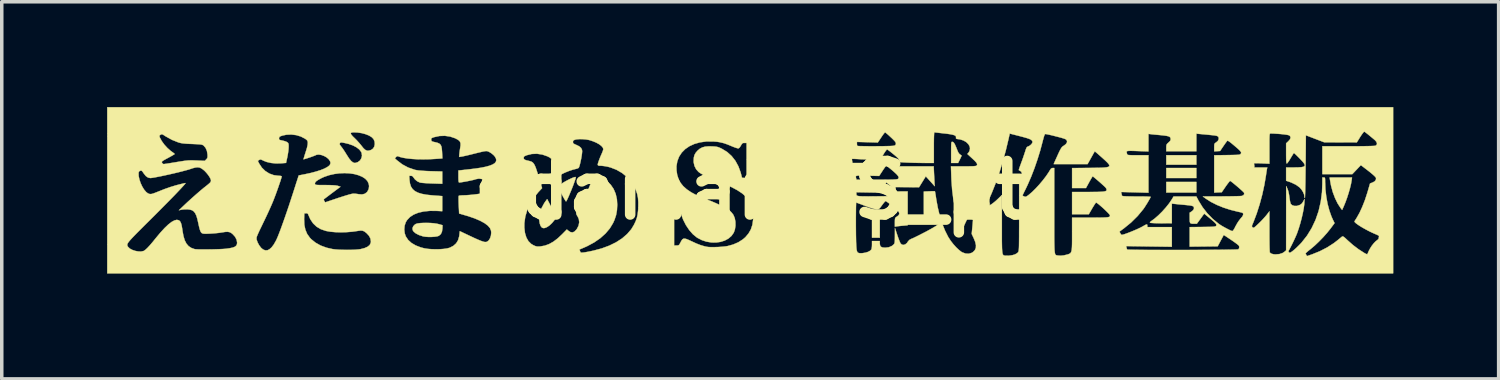
<source format=kicad_pcb>
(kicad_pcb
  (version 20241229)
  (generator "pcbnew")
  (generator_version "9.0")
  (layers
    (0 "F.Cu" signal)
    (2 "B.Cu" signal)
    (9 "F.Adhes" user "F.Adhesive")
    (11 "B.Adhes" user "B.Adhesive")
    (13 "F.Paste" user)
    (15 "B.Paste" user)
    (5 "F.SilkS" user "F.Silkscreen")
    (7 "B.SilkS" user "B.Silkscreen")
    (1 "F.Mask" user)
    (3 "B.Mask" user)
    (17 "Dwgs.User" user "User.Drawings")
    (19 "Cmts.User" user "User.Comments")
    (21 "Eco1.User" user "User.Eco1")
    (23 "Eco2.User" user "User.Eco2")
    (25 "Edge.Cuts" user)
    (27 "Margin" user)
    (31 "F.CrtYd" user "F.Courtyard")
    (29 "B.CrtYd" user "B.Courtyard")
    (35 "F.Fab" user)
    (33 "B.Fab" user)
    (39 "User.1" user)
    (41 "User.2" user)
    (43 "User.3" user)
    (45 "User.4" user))
  (footprint "edamameS_pt"
    (layer "F.Cu")
    (at 18.309 2.37)
    (property "Reference" "edamameS_pt" (at 0 0 0) (layer "F.SilkS") (effects (font (size 1.524 1.524) (thickness 0.3))))
    (attr through_hole)
    (fp_poly (pts (xy 3.699 1.349) (xy 3.477 1.349) (xy 3.477 0.635) (xy 3.699 0.635) (xy 3.699 1.349)) (stroke (width 0.01) (type solid)) (fill yes) (layer "F.SilkS"))
    (fp_poly (pts (xy 12.716 -0.73) (xy 11.859 -0.73) (xy 11.859 -1) (xy 12.716 -1) (xy 12.716 -0.73)) (stroke (width 0.01) (type solid)) (fill yes) (layer "F.SilkS"))
    (fp_poly (pts (xy 12.716 -0.349) (xy 11.859 -0.349) (xy 11.859 -0.635) (xy 12.716 -0.635) (xy 12.716 -0.349)) (stroke (width 0.01) (type solid)) (fill yes) (layer "F.SilkS"))
    (fp_poly (pts (xy 12.716 0.064) (xy 11.859 0.064) (xy 11.859 -0.238) (xy 12.716 -0.238) (xy 12.716 0.064)) (stroke (width 0.01) (type solid)) (fill yes) (layer "F.SilkS"))
    (fp_poly (pts (xy 17.138 -0.285) (xy 17.12 -0.181) (xy 17.09 -0.056) (xy 17.051 0.079) (xy 17.007 0.216) (xy 16.959 0.347) (xy 16.911 0.463) (xy 16.909 0.467) (xy 16.867 0.56) (xy 16.823 0.503) (xy 16.739 0.374) (xy 16.665 0.221) (xy 16.601 0.051) (xy 16.552 -0.13) (xy 16.52 -0.306) (xy 16.512 -0.365) (xy 17.149 -0.365) (xy 17.138 -0.285)) (stroke (width 0.01) (type solid)) (fill yes) (layer "F.SilkS"))
    (fp_poly (pts (xy -5.693 0.407) (xy -5.652 0.482) (xy -5.608 0.559) (xy -5.569 0.624) (xy -5.549 0.655) (xy -5.489 0.746) (xy -5.554 0.832) (xy -5.635 0.93) (xy -5.711 1.002) (xy -5.782 1.049) (xy -5.843 1.074) (xy -5.89 1.076) (xy -5.926 1.06) (xy -5.96 1.017) (xy -5.985 0.949) (xy -5.999 0.864) (xy -6.001 0.813) (xy -5.985 0.663) (xy -5.938 0.514) (xy -5.86 0.369) (xy -5.826 0.319) (xy -5.775 0.25) (xy -5.693 0.407)) (stroke (width 0.01) (type solid)) (fill yes) (layer "F.SilkS"))
    (fp_poly (pts (xy 5.787 -1.374) (xy 5.812 -1.35) (xy 5.839 -1.306) (xy 5.869 -1.237) (xy 5.893 -1.177) (xy 5.919 -1.112) (xy 5.941 -1.068) (xy 5.966 -1.036) (xy 6 -1.01) (xy 6.029 -0.991) (xy 6.025 -0.976) (xy 6.01 -0.941) (xy 5.986 -0.891) (xy 5.982 -0.883) (xy 5.93 -0.778) (xy 5.731 -0.778) (xy 5.731 -1.079) (xy 5.731 -1.184) (xy 5.732 -1.262) (xy 5.734 -1.315) (xy 5.737 -1.35) (xy 5.742 -1.37) (xy 5.749 -1.379) (xy 5.759 -1.381) (xy 5.762 -1.381) (xy 5.787 -1.374)) (stroke (width 0.01) (type solid)) (fill yes) (layer "F.SilkS"))
    (fp_poly (pts (xy -9.099 0.931) (xy -9.001 0.939) (xy -8.915 0.952) (xy -8.866 0.963) (xy -8.755 0.994) (xy -8.758 1.083) (xy -8.771 1.177) (xy -8.803 1.246) (xy -8.856 1.293) (xy -8.862 1.297) (xy -8.909 1.312) (xy -8.978 1.322) (xy -9.061 1.328) (xy -9.148 1.329) (xy -9.23 1.324) (xy -9.299 1.314) (xy -9.311 1.311) (xy -9.425 1.274) (xy -9.514 1.229) (xy -9.576 1.179) (xy -9.605 1.133) (xy -9.61 1.078) (xy -9.589 1.024) (xy -9.544 0.977) (xy -9.515 0.959) (xy -9.466 0.944) (xy -9.392 0.934) (xy -9.302 0.929) (xy -9.202 0.928) (xy -9.099 0.931)) (stroke (width 0.01) (type solid)) (fill yes) (layer "F.SilkS"))
    (fp_poly (pts (xy -4.96 -0.377) (xy -4.961 -0.358) (xy -4.972 -0.315) (xy -4.993 -0.254) (xy -5.02 -0.178) (xy -5.052 -0.094) (xy -5.087 -0.006) (xy -5.123 0.08) (xy -5.157 0.161) (xy -5.188 0.229) (xy -5.213 0.281) (xy -5.231 0.312) (xy -5.238 0.318) (xy -5.25 0.304) (xy -5.272 0.269) (xy -5.303 0.217) (xy -5.328 0.171) (xy -5.365 0.101) (xy -5.399 0.034) (xy -5.426 -0.021) (xy -5.436 -0.043) (xy -5.466 -0.111) (xy -5.422 -0.147) (xy -5.371 -0.184) (xy -5.307 -0.225) (xy -5.235 -0.266) (xy -5.162 -0.304) (xy -5.092 -0.338) (xy -5.032 -0.363) (xy -4.986 -0.377) (xy -4.961 -0.378) (xy -4.96 -0.377)) (stroke (width 0.01) (type solid)) (fill yes) (layer "F.SilkS"))
    (fp_poly (pts (xy 18.32 2.365) (xy -18.304 2.365) (xy -18.304 1.549) (xy -17.735 1.549) (xy -17.734 1.568) (xy -17.727 1.586) (xy -17.716 1.604) (xy -17.708 1.616) (xy -17.66 1.661) (xy -17.59 1.698) (xy -17.507 1.726) (xy -17.42 1.742) (xy -17.339 1.744) (xy -17.271 1.729) (xy -17.259 1.724) (xy -17.217 1.694) (xy -17.161 1.642) (xy -17.091 1.567) (xy -17.006 1.467) (xy -16.924 1.365) (xy -16.792 1.207) (xy -16.673 1.077) (xy -16.567 0.976) (xy -16.472 0.902) (xy -16.391 0.858) (xy -16.322 0.841) (xy -16.266 0.854) (xy -16.241 0.872) (xy -16.219 0.902) (xy -16.2 0.947) (xy -16.184 1.01) (xy -16.169 1.098) (xy -16.161 1.156) (xy -16.134 1.304) (xy -16.098 1.424) (xy -16.049 1.519) (xy -15.987 1.591) (xy -15.909 1.642) (xy -15.819 1.674) (xy -15.785 1.679) (xy -15.725 1.682) (xy -15.644 1.684) (xy -15.548 1.684) (xy -15.442 1.684) (xy -15.332 1.683) (xy -15.223 1.68) (xy -15.121 1.677) (xy -15.031 1.673) (xy -14.958 1.668) (xy -14.93 1.666) (xy -14.817 1.65) (xy -14.731 1.632) (xy -14.671 1.609) (xy -14.632 1.578) (xy -14.611 1.54) (xy -14.605 1.491) (xy -14.62 1.406) (xy -14.638 1.372) (xy -14.055 1.372) (xy -14.053 1.391) (xy -14.052 1.397) (xy -14.022 1.484) (xy -13.977 1.567) (xy -13.923 1.638) (xy -13.869 1.684) (xy -13.803 1.711) (xy -13.74 1.707) (xy -13.689 1.683) (xy -13.626 1.629) (xy -13.561 1.544) (xy -13.495 1.427) (xy -13.477 1.389) (xy -13.446 1.318) (xy -13.407 1.219) (xy -13.36 1.096) (xy -13.308 0.951) (xy -13.262 0.823) (xy -12.697 0.823) (xy -12.691 0.983) (xy -12.662 1.121) (xy -12.611 1.243) (xy -12.534 1.351) (xy -12.496 1.392) (xy -12.372 1.492) (xy -12.227 1.573) (xy -12.058 1.635) (xy -11.893 1.673) (xy -11.815 1.683) (xy -11.715 1.691) (xy -11.6 1.695) (xy -11.479 1.697) (xy -11.358 1.696) (xy -11.247 1.692) (xy -11.153 1.684) (xy -11.091 1.676) (xy -10.975 1.646) (xy -10.888 1.607) (xy -10.83 1.559) (xy -10.8 1.499) (xy -10.795 1.457) (xy -10.808 1.374) (xy -10.849 1.296) (xy -10.915 1.224) (xy -10.971 1.178) (xy -11.023 1.153) (xy -11.082 1.146) (xy -11.158 1.155) (xy -11.168 1.157) (xy -11.322 1.179) (xy -11.485 1.192) (xy -11.65 1.197) (xy -11.809 1.192) (xy -11.954 1.179) (xy -12.076 1.157) (xy -12.22 1.108) (xy -12.342 1.036) (xy -12.442 0.941) (xy -12.522 0.822) (xy -12.565 0.725) (xy -12.584 0.681) (xy -12.601 0.659) (xy -12.623 0.653) (xy -12.643 0.654) (xy -12.692 0.659) (xy -12.697 0.823) (xy -13.262 0.823) (xy -13.25 0.788) (xy -13.188 0.609) (xy -13.123 0.417) (xy -13.057 0.215) (xy -13.007 0.062) (xy -12.926 -0.191) (xy -12.39 -0.191) (xy -12.389 -0.181) (xy -12.384 -0.17) (xy -12.375 -0.162) (xy -12.356 -0.156) (xy -12.323 -0.152) (xy -12.272 -0.15) (xy -12.198 -0.149) (xy -12.098 -0.149) (xy -12.092 -0.149) (xy -11.969 -0.148) (xy -11.874 -0.144) (xy -11.804 -0.139) (xy -11.753 -0.131) (xy -11.732 -0.125) (xy -11.66 -0.102) (xy -11.891 0.07) (xy -11.965 0.126) (xy -12.031 0.176) (xy -12.084 0.216) (xy -12.12 0.243) (xy -12.134 0.255) (xy -12.136 0.275) (xy -12.122 0.305) (xy -12.097 0.343) (xy -11.728 0.219) (xy -11.604 0.179) (xy -11.496 0.145) (xy -11.406 0.119) (xy -11.339 0.102) (xy -11.297 0.095) (xy -11.293 0.095) (xy -11.238 0.098) (xy -11.172 0.106) (xy -11.144 0.111) (xy -11.049 0.118) (xy -10.971 0.1) (xy -10.911 0.056) (xy -10.898 0.041) (xy -10.857 -0.036) (xy -10.847 -0.121) (xy -10.858 -0.187) (xy -10.894 -0.264) (xy -10.957 -0.331) (xy -11.043 -0.386) (xy -11.149 -0.43) (xy -11.27 -0.463) (xy -11.403 -0.483) (xy -11.544 -0.49) (xy -11.691 -0.484) (xy -11.839 -0.464) (xy -11.985 -0.431) (xy -12.125 -0.383) (xy -12.202 -0.348) (xy -12.289 -0.301) (xy -12.349 -0.261) (xy -12.382 -0.225) (xy -12.39 -0.191) (xy -12.926 -0.191) (xy -12.851 -0.423) (xy -12.672 -0.458) (xy -12.506 -0.494) (xy -12.356 -0.534) (xy -12.227 -0.575) (xy -12.119 -0.618) (xy -12.037 -0.662) (xy -11.981 -0.704) (xy -11.961 -0.731) (xy -11.947 -0.767) (xy -11.948 -0.8) (xy -11.96 -0.831) (xy -11.997 -0.886) (xy -12.054 -0.936) (xy -12.125 -0.976) (xy -12.201 -1.005) (xy -12.275 -1.018) (xy -12.338 -1.013) (xy -12.359 -1.004) (xy -12.391 -0.99) (xy -12.44 -0.971) (xy -12.5 -0.949) (xy -12.563 -0.928) (xy -12.623 -0.908) (xy -12.674 -0.893) (xy -12.706 -0.884) (xy -12.716 -0.884) (xy -12.711 -0.902) (xy -12.698 -0.944) (xy -12.68 -1.005) (xy -12.656 -1.078) (xy -12.652 -1.092) (xy -12.617 -1.205) (xy -12.598 -1.29) (xy -12.594 -1.323) (xy -11.687 -1.323) (xy -11.682 -1.302) (xy -11.661 -1.27) (xy -11.637 -1.24) (xy -11.603 -1.195) (xy -11.56 -1.132) (xy -11.514 -1.06) (xy -11.482 -1.008) (xy -11.417 -0.907) (xy -11.359 -0.836) (xy -11.306 -0.794) (xy -11.256 -0.778) (xy -11.251 -0.778) (xy -11.217 -0.785) (xy -11.172 -0.801) (xy -11.165 -0.804) (xy -11.105 -0.849) (xy -11.067 -0.91) (xy -10.113 -0.91) (xy -10.053 -0.855) (xy -9.901 -0.738) (xy -9.733 -0.648) (xy -9.555 -0.587) (xy -9.524 -0.579) (xy -9.444 -0.566) (xy -9.334 -0.556) (xy -9.193 -0.548) (xy -9.084 -0.544) (xy -8.763 -0.536) (xy -8.763 -0.186) (xy -9.053 -0.195) (xy -9.15 -0.199) (xy -9.24 -0.204) (xy -9.317 -0.21) (xy -9.374 -0.216) (xy -9.401 -0.222) (xy -9.475 -0.257) (xy -9.54 -0.311) (xy -9.582 -0.367) (xy -9.608 -0.401) (xy -9.645 -0.413) (xy -9.654 -0.413) (xy -9.704 -0.413) (xy -9.696 -0.294) (xy -9.682 -0.192) (xy -9.654 -0.106) (xy -9.608 -0.036) (xy -9.544 0.021) (xy -9.457 0.067) (xy -9.347 0.101) (xy -9.21 0.127) (xy -9.045 0.144) (xy -9.013 0.147) (xy -8.763 0.165) (xy -8.763 0.595) (xy -8.91 0.587) (xy -9.109 0.585) (xy -9.286 0.602) (xy -9.442 0.637) (xy -9.574 0.69) (xy -9.682 0.76) (xy -9.764 0.847) (xy -9.802 0.909) (xy -9.835 1.008) (xy -9.845 1.117) (xy -9.832 1.226) (xy -9.801 1.314) (xy -9.735 1.413) (xy -9.641 1.499) (xy -9.521 1.57) (xy -9.378 1.625) (xy -9.276 1.652) (xy -9.178 1.668) (xy -9.066 1.677) (xy -8.947 1.68) (xy -8.828 1.678) (xy -8.717 1.669) (xy -8.622 1.655) (xy -8.551 1.636) (xy -8.446 1.582) (xy -8.367 1.511) (xy -8.312 1.421) (xy -8.28 1.309) (xy -8.274 1.265) (xy -8.263 1.164) (xy -7.967 1.304) (xy -7.843 1.362) (xy -7.744 1.406) (xy -7.666 1.438) (xy -7.606 1.459) (xy -7.56 1.471) (xy -7.525 1.473) (xy -7.497 1.468) (xy -7.486 1.464) (xy -7.438 1.426) (xy -7.401 1.366) (xy -7.376 1.29) (xy -7.368 1.209) (xy -7.373 1.151) (xy -7.403 1.077) (xy -7.464 1.006) (xy -7.557 0.936) (xy -7.681 0.868) (xy -7.837 0.801) (xy -8.023 0.737) (xy -8.106 0.713) (xy -8.282 0.661) (xy -8.294 0.418) (xy -8.297 0.333) (xy -8.298 0.258) (xy -8.298 0.201) (xy -8.296 0.166) (xy -8.295 0.159) (xy -8.275 0.151) (xy -8.232 0.146) (xy -8.175 0.143) (xy -8.163 0.143) (xy -8.081 0.14) (xy -7.983 0.133) (xy -7.877 0.123) (xy -7.773 0.11) (xy -7.678 0.096) (xy -7.6 0.081) (xy -7.563 0.072) (xy -7.506 0.05) (xy -7.456 0.021) (xy -7.438 0.007) (xy -7.405 -0.042) (xy -7.403 -0.097) (xy -7.431 -0.159) (xy -7.473 -0.21) (xy -7.554 -0.281) (xy -7.634 -0.321) (xy -7.717 -0.333) (xy -7.807 -0.317) (xy -7.826 -0.31) (xy -7.866 -0.298) (xy -7.928 -0.284) (xy -8.003 -0.268) (xy -8.083 -0.252) (xy -8.16 -0.239) (xy -8.225 -0.228) (xy -8.271 -0.223) (xy -8.28 -0.222) (xy -8.291 -0.229) (xy -8.297 -0.251) (xy -8.301 -0.293) (xy -8.303 -0.361) (xy -8.303 -0.393) (xy -8.303 -0.564) (xy -8.037 -0.593) (xy -7.836 -0.617) (xy -7.666 -0.642) (xy -7.526 -0.67) (xy -7.414 -0.701) (xy -7.328 -0.735) (xy -7.269 -0.772) (xy -7.235 -0.814) (xy -7.224 -0.861) (xy -7.236 -0.913) (xy -7.245 -0.929) (xy -6.445 -0.929) (xy -6.44 -0.898) (xy -6.42 -0.876) (xy -6.381 -0.858) (xy -6.315 -0.842) (xy -6.311 -0.841) (xy -6.261 -0.829) (xy -6.219 -0.814) (xy -6.185 -0.791) (xy -6.156 -0.758) (xy -6.128 -0.71) (xy -6.1 -0.644) (xy -6.07 -0.556) (xy -6.034 -0.443) (xy -6.019 -0.392) (xy -5.919 -0.062) (xy -6.025 0.051) (xy -6.155 0.211) (xy -6.261 0.384) (xy -6.343 0.564) (xy -6.398 0.749) (xy -6.424 0.935) (xy -6.425 1.063) (xy -6.407 1.216) (xy -6.368 1.344) (xy -6.31 1.447) (xy -6.232 1.525) (xy -6.168 1.564) (xy -6.114 1.588) (xy -6.069 1.6) (xy -6.019 1.602) (xy -5.972 1.599) (xy -5.844 1.577) (xy -5.72 1.532) (xy -5.597 1.463) (xy -5.471 1.367) (xy -5.349 1.252) (xy -5.214 1.115) (xy -5.17 1.153) (xy -5.11 1.191) (xy -5.054 1.2) (xy -5 1.178) (xy -4.947 1.125) (xy -4.925 1.095) (xy -4.879 1.004) (xy -4.862 0.91) (xy -4.873 0.818) (xy -4.911 0.737) (xy -4.935 0.699) (xy -4.943 0.675) (xy -4.936 0.651) (xy -4.922 0.628) (xy -4.89 0.573) (xy -4.849 0.494) (xy -4.802 0.399) (xy -4.75 0.292) (xy -4.697 0.18) (xy -4.646 0.069) (xy -4.6 -0.036) (xy -4.561 -0.128) (xy -4.548 -0.159) (xy -4.516 -0.239) (xy -4.488 -0.308) (xy -4.465 -0.362) (xy -4.45 -0.394) (xy -4.446 -0.401) (xy -4.426 -0.403) (xy -4.386 -0.398) (xy -4.342 -0.388) (xy -4.196 -0.335) (xy -4.07 -0.258) (xy -3.965 -0.159) (xy -3.883 -0.039) (xy -3.823 0.101) (xy -3.788 0.259) (xy -3.779 0.412) (xy -3.787 0.568) (xy -3.812 0.707) (xy -3.857 0.842) (xy -3.897 0.931) (xy -3.99 1.085) (xy -4.112 1.229) (xy -4.261 1.363) (xy -4.436 1.484) (xy -4.635 1.591) (xy -4.734 1.635) (xy -4.855 1.686) (xy -4.838 1.734) (xy -4.828 1.76) (xy -4.813 1.773) (xy -4.786 1.776) (xy -4.738 1.771) (xy -4.733 1.771) (xy -4.68 1.763) (xy -4.607 1.75) (xy -4.524 1.733) (xy -4.462 1.72) (xy -4.222 1.656) (xy -4.005 1.576) (xy -3.81 1.48) (xy -3.64 1.37) (xy -3.496 1.245) (xy -3.378 1.108) (xy -3.303 0.984) (xy -3.254 0.881) (xy -3.22 0.786) (xy -3.198 0.688) (xy -3.185 0.577) (xy -3.18 0.49) (xy -2.159 0.49) (xy -2.159 1.572) (xy -2.09 1.572) (xy -2.052 1.57) (xy -2.027 1.562) (xy -2.007 1.541) (xy -1.984 1.499) (xy -1.975 1.481) (xy -1.947 1.43) (xy -1.921 1.395) (xy -1.891 1.378) (xy -1.853 1.376) (xy -1.801 1.39) (xy -1.731 1.42) (xy -1.651 1.457) (xy -1.521 1.517) (xy -1.407 1.561) (xy -1.299 1.593) (xy -1.23 1.609) (xy -1.174 1.616) (xy -1.094 1.619) (xy -0.999 1.618) (xy -0.898 1.615) (xy -0.798 1.608) (xy -0.708 1.599) (xy -0.636 1.588) (xy -0.635 1.588) (xy -0.474 1.543) (xy -0.327 1.479) (xy -0.201 1.398) (xy -0.129 1.336) (xy -0.039 1.229) (xy 0.027 1.114) (xy 0.07 0.985) (xy 0.091 0.839) (xy 0.095 0.738) (xy 0.087 0.604) (xy 0.064 0.483) (xy 0.023 0.372) (xy -0.038 0.269) (xy -0.12 0.174) (xy -0.225 0.085) (xy -0.355 -0.001) (xy -0.511 -0.085) (xy -0.696 -0.168) (xy -0.91 -0.253) (xy -0.913 -0.254) (xy -1.058 -0.311) (xy -1.191 -0.369) (xy -1.305 -0.425) (xy -1.398 -0.478) (xy -1.463 -0.523) (xy -1.531 -0.599) (xy -1.579 -0.694) (xy -1.602 -0.798) (xy -1.603 -0.833) (xy -1.598 -0.928) (xy -1.58 -1.003) (xy -1.545 -1.067) (xy -1.493 -1.128) (xy -1.428 -1.183) (xy -1.357 -1.221) (xy -1.275 -1.244) (xy -1.173 -1.252) (xy -1.079 -1.251) (xy -1.004 -1.247) (xy -0.948 -1.24) (xy -0.899 -1.228) (xy -0.846 -1.206) (xy -0.792 -1.179) (xy -0.648 -1.091) (xy -0.521 -0.976) (xy -0.414 -0.84) (xy -0.328 -0.682) (xy -0.264 -0.507) (xy -0.256 -0.476) (xy -0.226 -0.357) (xy -0.161 -0.352) (xy -0.095 -0.347) (xy -0.095 -0.394) (xy 3.017 -0.394) (xy 3.017 -0.375) (xy 3.023 -0.35) (xy 3.026 -0.337) (xy 3.036 -0.302) (xy 3.61 -0.302) (xy 3.768 -0.302) (xy 3.896 -0.303) (xy 3.999 -0.304) (xy 4.077 -0.306) (xy 4.136 -0.309) (xy 4.176 -0.313) (xy 4.202 -0.318) (xy 4.214 -0.323) (xy 4.235 -0.347) (xy 4.236 -0.376) (xy 4.216 -0.413) (xy 4.174 -0.461) (xy 4.108 -0.522) (xy 4.058 -0.566) (xy 3.997 -0.616) (xy 3.944 -0.658) (xy 3.905 -0.687) (xy 3.884 -0.701) (xy 3.882 -0.701) (xy 3.87 -0.688) (xy 3.844 -0.654) (xy 3.809 -0.604) (xy 3.776 -0.554) (xy 3.681 -0.409) (xy 3.349 -0.416) (xy 3.235 -0.418) (xy 3.15 -0.42) (xy 3.089 -0.419) (xy 3.049 -0.415) (xy 3.026 -0.407) (xy 3.017 -0.394) (xy -0.095 -0.394) (xy -0.095 -0.878) (xy 2.906 -0.878) (xy 2.91 -0.842) (xy 2.912 -0.834) (xy 2.922 -0.778) (xy 4.173 -0.778) (xy 4.194 -0.683) (xy 5.234 -0.683) (xy 5.248 -0.399) (xy 5.263 -0.116) (xy 5.191 -0.197) (xy 5.143 -0.25) (xy 5.094 -0.305) (xy 5.064 -0.338) (xy 5.009 -0.398) (xy 4.817 -0.087) (xy 4.146 -0.092) (xy 4.155 -0.034) (xy 4.164 0.024) (xy 4.028 -0.1) (xy 3.891 -0.224) (xy 3.783 -0.079) (xy 3.675 0.066) (xy 3.354 0.061) (xy 3.032 0.055) (xy 3.032 0.095) (xy 3.033 0.116) (xy 3.035 0.133) (xy 3.043 0.146) (xy 3.059 0.156) (xy 3.086 0.163) (xy 3.128 0.168) (xy 3.187 0.171) (xy 3.266 0.172) (xy 3.368 0.173) (xy 3.497 0.172) (xy 3.619 0.171) (xy 3.768 0.17) (xy 3.888 0.168) (xy 3.983 0.167) (xy 4.056 0.165) (xy 4.109 0.162) (xy 4.147 0.159) (xy 4.172 0.154) (xy 4.187 0.149) (xy 4.195 0.142) (xy 4.197 0.139) (xy 4.206 0.106) (xy 4.195 0.08) (xy 4.179 0.052) (xy 4.175 0.04) (xy 4.19 0.036) (xy 4.23 0.034) (xy 4.288 0.032) (xy 4.334 0.032) (xy 4.493 0.032) (xy 4.493 0.996) (xy 4.37 1.007) (xy 4.301 1.013) (xy 4.236 1.02) (xy 4.189 1.026) (xy 4.187 1.027) (xy 4.128 1.036) (xy 4.128 0.911) (xy 4.129 0.848) (xy 4.133 0.809) (xy 4.142 0.784) (xy 4.159 0.767) (xy 4.178 0.754) (xy 4.225 0.72) (xy 4.25 0.686) (xy 4.254 0.65) (xy 4.235 0.609) (xy 4.193 0.559) (xy 4.125 0.498) (xy 4.062 0.448) (xy 3.998 0.398) (xy 3.941 0.355) (xy 3.897 0.324) (xy 3.872 0.307) (xy 3.868 0.306) (xy 3.851 0.316) (xy 3.822 0.347) (xy 3.785 0.393) (xy 3.765 0.421) (xy 3.724 0.477) (xy 3.696 0.511) (xy 3.673 0.53) (xy 3.648 0.538) (xy 3.616 0.54) (xy 3.606 0.54) (xy 3.559 0.534) (xy 3.494 0.518) (xy 3.407 0.489) (xy 3.294 0.448) (xy 3.286 0.445) (xy 3.203 0.413) (xy 3.131 0.386) (xy 3.074 0.365) (xy 3.038 0.352) (xy 3.028 0.349) (xy 3.025 0.365) (xy 3.023 0.407) (xy 3.021 0.474) (xy 3.02 0.56) (xy 3.019 0.661) (xy 3.018 0.774) (xy 3.018 0.894) (xy 3.018 1.018) (xy 3.019 1.14) (xy 3.02 1.258) (xy 3.022 1.367) (xy 3.024 1.463) (xy 3.027 1.541) (xy 3.03 1.599) (xy 3.03 1.601) (xy 3.037 1.683) (xy 3.05 1.739) (xy 3.071 1.772) (xy 3.106 1.789) (xy 3.159 1.792) (xy 3.207 1.79) (xy 3.289 1.777) (xy 3.364 1.754) (xy 3.423 1.722) (xy 3.459 1.686) (xy 3.46 1.684) (xy 3.469 1.652) (xy 3.475 1.601) (xy 3.477 1.549) (xy 3.477 1.445) (xy 3.699 1.445) (xy 3.699 1.515) (xy 3.707 1.572) (xy 3.733 1.609) (xy 3.78 1.629) (xy 3.854 1.635) (xy 3.958 1.622) (xy 4.045 1.584) (xy 4.088 1.549) (xy 4.104 1.532) (xy 4.115 1.514) (xy 4.122 1.488) (xy 4.126 1.45) (xy 4.128 1.392) (xy 4.129 1.311) (xy 4.129 1.291) (xy 4.13 1.072) (xy 4.196 1.271) (xy 4.223 1.35) (xy 4.25 1.421) (xy 4.273 1.477) (xy 4.289 1.511) (xy 4.291 1.513) (xy 4.329 1.547) (xy 4.376 1.556) (xy 4.427 1.539) (xy 4.473 1.501) (xy 4.501 1.459) (xy 4.541 1.414) (xy 4.592 1.386) (xy 4.651 1.361) (xy 4.73 1.323) (xy 4.823 1.277) (xy 4.924 1.225) (xy 5.027 1.172) (xy 5.123 1.119) (xy 5.207 1.072) (xy 5.272 1.033) (xy 5.275 1.032) (xy 5.333 0.993) (xy 5.378 0.958) (xy 5.407 0.932) (xy 5.413 0.921) (xy 5.411 0.894) (xy 5.401 0.877) (xy 5.378 0.868) (xy 5.339 0.868) (xy 5.278 0.875) (xy 5.19 0.889) (xy 5.19 0.889) (xy 5.113 0.901) (xy 5.047 0.911) (xy 4.998 0.918) (xy 4.974 0.921) (xy 4.973 0.921) (xy 4.967 0.914) (xy 4.962 0.891) (xy 4.958 0.85) (xy 4.956 0.788) (xy 4.954 0.702) (xy 4.953 0.589) (xy 4.953 0.478) (xy 4.953 0.035) (xy 5.108 0.029) (xy 5.174 0.026) (xy 5.228 0.025) (xy 5.261 0.025) (xy 5.268 0.026) (xy 5.273 0.043) (xy 5.28 0.084) (xy 5.291 0.146) (xy 5.302 0.221) (xy 5.304 0.237) (xy 5.349 0.486) (xy 5.406 0.724) (xy 5.476 0.947) (xy 5.557 1.149) (xy 5.646 1.326) (xy 5.656 1.342) (xy 5.719 1.439) (xy 5.793 1.534) (xy 5.872 1.622) (xy 5.951 1.697) (xy 6.023 1.753) (xy 6.054 1.77) (xy 6.146 1.802) (xy 6.235 1.806) (xy 6.318 1.781) (xy 6.356 1.757) (xy 6.407 1.704) (xy 6.435 1.64) (xy 6.438 1.562) (xy 6.417 1.469) (xy 6.372 1.358) (xy 6.371 1.357) (xy 6.317 1.242) (xy 6.344 0.961) (xy 6.352 0.862) (xy 6.358 0.779) (xy 6.36 0.716) (xy 6.359 0.677) (xy 6.356 0.668) (xy 6.331 0.653) (xy 6.306 0.644) (xy 6.276 0.642) (xy 6.258 0.666) (xy 6.256 0.67) (xy 6.244 0.698) (xy 6.221 0.748) (xy 6.191 0.812) (xy 6.157 0.885) (xy 6.155 0.888) (xy 6.069 1.07) (xy 6.019 0.984) (xy 5.947 0.835) (xy 5.884 0.658) (xy 5.832 0.454) (xy 5.819 0.382) (xy 6.762 0.382) (xy 6.765 0.396) (xy 6.775 0.407) (xy 6.775 0.407) (xy 6.805 0.424) (xy 6.82 0.428) (xy 6.847 0.418) (xy 6.892 0.389) (xy 6.949 0.346) (xy 7.012 0.293) (xy 7.076 0.233) (xy 7.176 0.136) (xy 7.176 1.152) (xy 7.176 1.313) (xy 7.176 1.447) (xy 7.178 1.557) (xy 7.18 1.645) (xy 7.184 1.714) (xy 7.189 1.765) (xy 7.196 1.803) (xy 7.205 1.828) (xy 7.217 1.844) (xy 7.231 1.853) (xy 7.248 1.858) (xy 7.268 1.861) (xy 7.275 1.861) (xy 7.372 1.863) (xy 7.475 1.848) (xy 7.536 1.831) (xy 7.586 1.807) (xy 7.628 1.776) (xy 7.636 1.767) (xy 7.642 1.758) (xy 7.647 1.747) (xy 7.652 1.733) (xy 7.656 1.711) (xy 7.659 1.681) (xy 7.662 1.64) (xy 7.664 1.585) (xy 7.665 1.514) (xy 7.666 1.425) (xy 7.667 1.316) (xy 7.667 1.183) (xy 7.668 1.025) (xy 7.668 0.84) (xy 7.668 0.679) (xy 7.668 0.149) (xy 7.763 0.149) (xy 7.776 0.158) (xy 7.807 0.173) (xy 7.811 0.175) (xy 7.837 0.184) (xy 7.861 0.183) (xy 7.889 0.168) (xy 7.931 0.138) (xy 7.945 0.127) (xy 8.038 0.048) (xy 8.139 -0.052) (xy 8.243 -0.165) (xy 8.344 -0.285) (xy 8.436 -0.405) (xy 8.512 -0.517) (xy 8.542 -0.567) (xy 8.571 -0.611) (xy 8.598 -0.631) (xy 8.624 -0.635) (xy 8.668 -0.635) (xy 8.668 0.585) (xy 8.668 0.814) (xy 8.668 1.014) (xy 8.668 1.185) (xy 8.668 1.331) (xy 8.669 1.454) (xy 8.671 1.556) (xy 8.673 1.638) (xy 8.676 1.703) (xy 8.681 1.753) (xy 8.687 1.79) (xy 8.694 1.816) (xy 8.703 1.833) (xy 8.713 1.843) (xy 8.726 1.849) (xy 8.741 1.852) (xy 8.758 1.855) (xy 8.767 1.857) (xy 8.846 1.863) (xy 8.939 1.854) (xy 9.035 1.831) (xy 9.037 1.831) (xy 9.074 1.819) (xy 9.104 1.806) (xy 9.128 1.79) (xy 9.145 1.766) (xy 9.158 1.732) (xy 9.167 1.684) (xy 9.172 1.618) (xy 9.175 1.532) (xy 9.176 1.421) (xy 9.176 1.282) (xy 9.176 1.177) (xy 10.525 1.177) (xy 10.55 1.224) (xy 10.569 1.255) (xy 10.585 1.27) (xy 10.586 1.27) (xy 10.622 1.264) (xy 10.681 1.246) (xy 10.756 1.219) (xy 10.842 1.186) (xy 10.932 1.149) (xy 11.021 1.111) (xy 11.102 1.073) (xy 11.169 1.039) (xy 11.195 1.024) (xy 11.253 0.991) (xy 11.29 0.974) (xy 11.31 0.973) (xy 11.318 0.987) (xy 11.319 1.008) (xy 11.319 1.048) (xy 12.017 1.048) (xy 12.017 1.608) (xy 11.366 1.599) (xy 10.715 1.589) (xy 10.726 1.632) (xy 10.736 1.668) (xy 10.743 1.687) (xy 10.759 1.689) (xy 10.805 1.691) (xy 10.878 1.693) (xy 10.974 1.694) (xy 11.092 1.696) (xy 11.228 1.697) (xy 11.381 1.698) (xy 11.546 1.698) (xy 11.723 1.699) (xy 11.908 1.699) (xy 12.099 1.699) (xy 12.293 1.699) (xy 12.487 1.699) (xy 12.679 1.698) (xy 12.866 1.697) (xy 13.046 1.696) (xy 13.216 1.695) (xy 13.373 1.694) (xy 13.515 1.692) (xy 13.639 1.691) (xy 13.743 1.689) (xy 13.824 1.687) (xy 13.879 1.685) (xy 13.906 1.683) (xy 13.908 1.682) (xy 13.934 1.652) (xy 13.936 1.605) (xy 13.928 1.58) (xy 13.912 1.562) (xy 13.874 1.531) (xy 13.819 1.49) (xy 13.751 1.442) (xy 13.707 1.412) (xy 13.496 1.271) (xy 13.409 1.433) (xy 13.323 1.595) (xy 12.924 1.6) (xy 12.525 1.604) (xy 12.525 1.048) (xy 12.893 1.044) (xy 13.011 1.042) (xy 13.102 1.041) (xy 13.168 1.038) (xy 13.215 1.035) (xy 13.246 1.03) (xy 13.264 1.024) (xy 13.275 1.016) (xy 13.278 1.012) (xy 13.286 0.994) (xy 13.284 0.974) (xy 13.27 0.95) (xy 13.241 0.919) (xy 13.193 0.875) (xy 13.124 0.817) (xy 13.1 0.797) (xy 12.939 0.665) (xy 12.729 0.953) (xy 12.652 0.953) (xy 12.596 0.952) (xy 12.559 0.945) (xy 12.538 0.927) (xy 12.528 0.892) (xy 12.526 0.835) (xy 12.525 0.785) (xy 12.525 0.638) (xy 12.581 0.603) (xy 12.625 0.565) (xy 12.647 0.522) (xy 12.645 0.482) (xy 12.637 0.469) (xy 12.623 0.456) (xy 12.601 0.446) (xy 12.567 0.437) (xy 12.515 0.429) (xy 12.44 0.421) (xy 12.359 0.413) (xy 12.277 0.406) (xy 12.198 0.398) (xy 12.131 0.391) (xy 12.101 0.388) (xy 12.017 0.379) (xy 12.017 0.937) (xy 11.863 0.938) (xy 11.725 0.939) (xy 11.609 0.938) (xy 11.514 0.935) (xy 11.445 0.931) (xy 11.404 0.926) (xy 11.393 0.922) (xy 11.396 0.906) (xy 11.421 0.884) (xy 11.425 0.881) (xy 11.525 0.808) (xy 11.634 0.713) (xy 11.743 0.605) (xy 11.847 0.489) (xy 11.939 0.374) (xy 12.009 0.271) (xy 12.067 0.175) (xy 12.714 0.175) (xy 12.781 0.301) (xy 12.893 0.483) (xy 13.028 0.656) (xy 13.18 0.813) (xy 13.343 0.947) (xy 13.379 0.973) (xy 13.433 1.008) (xy 13.499 1.046) (xy 13.569 1.084) (xy 13.637 1.119) (xy 13.693 1.146) (xy 13.731 1.16) (xy 13.735 1.161) (xy 13.753 1.155) (xy 13.776 1.126) (xy 13.808 1.072) (xy 13.829 1.031) (xy 14.298 1.031) (xy 14.313 1.05) (xy 14.318 1.055) (xy 14.331 1.064) (xy 14.346 1.066) (xy 14.366 1.057) (xy 14.396 1.033) (xy 14.44 0.993) (xy 14.495 0.941) (xy 14.56 0.877) (xy 14.625 0.808) (xy 14.682 0.744) (xy 14.719 0.7) (xy 14.796 0.599) (xy 14.796 1.176) (xy 14.796 1.309) (xy 14.797 1.432) (xy 14.798 1.542) (xy 14.8 1.634) (xy 14.803 1.706) (xy 14.805 1.753) (xy 14.808 1.772) (xy 14.847 1.803) (xy 14.912 1.822) (xy 14.973 1.826) (xy 15.084 1.816) (xy 15.173 1.786) (xy 15.224 1.752) (xy 15.272 1.712) (xy 15.274 -0.119) (xy 15.31 -0.044) (xy 15.335 0.027) (xy 15.355 0.123) (xy 15.365 0.194) (xy 15.375 0.266) (xy 15.387 0.33) (xy 15.4 0.376) (xy 15.407 0.392) (xy 15.448 0.427) (xy 15.507 0.445) (xy 15.578 0.445) (xy 15.594 0.441) (xy 15.67 0.415) (xy 15.725 0.372) (xy 15.763 0.312) (xy 15.796 0.246) (xy 15.795 0.302) (xy 15.789 0.397) (xy 15.773 0.516) (xy 15.747 0.651) (xy 15.714 0.795) (xy 15.675 0.942) (xy 15.632 1.084) (xy 15.586 1.217) (xy 15.582 1.229) (xy 15.56 1.281) (xy 15.53 1.349) (xy 15.495 1.425) (xy 15.457 1.504) (xy 15.42 1.578) (xy 15.387 1.642) (xy 15.362 1.689) (xy 15.348 1.71) (xy 15.338 1.741) (xy 15.352 1.768) (xy 15.378 1.778) (xy 15.406 1.767) (xy 15.45 1.736) (xy 15.507 1.69) (xy 15.571 1.632) (xy 15.638 1.566) (xy 15.705 1.497) (xy 15.716 1.484) (xy 15.869 1.29) (xy 16.001 1.075) (xy 16.111 0.841) (xy 16.197 0.592) (xy 16.258 0.328) (xy 16.294 0.055) (xy 16.303 -0.179) (xy 16.304 -0.365) (xy 16.343 -0.365) (xy 16.363 -0.364) (xy 16.375 -0.355) (xy 16.381 -0.333) (xy 16.383 -0.291) (xy 16.383 -0.24) (xy 16.391 -0.031) (xy 16.415 0.179) (xy 16.452 0.384) (xy 16.503 0.576) (xy 16.564 0.749) (xy 16.607 0.844) (xy 16.652 0.934) (xy 16.533 1.094) (xy 16.438 1.212) (xy 16.327 1.337) (xy 16.207 1.46) (xy 16.087 1.574) (xy 15.973 1.67) (xy 15.958 1.682) (xy 15.904 1.725) (xy 15.861 1.762) (xy 15.834 1.788) (xy 15.827 1.797) (xy 15.834 1.816) (xy 15.849 1.845) (xy 15.864 1.868) (xy 15.87 1.873) (xy 15.885 1.868) (xy 15.923 1.855) (xy 15.978 1.836) (xy 16.013 1.824) (xy 16.233 1.735) (xy 16.442 1.627) (xy 16.633 1.504) (xy 16.748 1.415) (xy 16.796 1.375) (xy 16.837 1.341) (xy 16.863 1.32) (xy 16.863 1.32) (xy 16.877 1.313) (xy 16.894 1.315) (xy 16.918 1.33) (xy 16.955 1.36) (xy 17.007 1.409) (xy 17.033 1.433) (xy 17.177 1.56) (xy 17.333 1.678) (xy 17.488 1.778) (xy 17.499 1.785) (xy 17.542 1.808) (xy 17.573 1.821) (xy 17.582 1.823) (xy 17.591 1.806) (xy 17.608 1.77) (xy 17.62 1.74) (xy 17.662 1.659) (xy 17.714 1.578) (xy 17.772 1.505) (xy 17.827 1.449) (xy 17.845 1.436) (xy 17.882 1.407) (xy 17.904 1.383) (xy 17.907 1.375) (xy 17.911 1.346) (xy 17.916 1.325) (xy 17.917 1.305) (xy 17.902 1.288) (xy 17.866 1.269) (xy 17.833 1.255) (xy 17.741 1.215) (xy 17.646 1.17) (xy 17.551 1.12) (xy 17.461 1.07) (xy 17.379 1.021) (xy 17.31 0.975) (xy 17.258 0.936) (xy 17.226 0.905) (xy 17.219 0.885) (xy 17.219 0.884) (xy 17.233 0.862) (xy 17.259 0.821) (xy 17.286 0.778) (xy 17.364 0.639) (xy 17.441 0.472) (xy 17.516 0.282) (xy 17.585 0.071) (xy 17.61 -0.014) (xy 17.662 -0.194) (xy 17.732 -0.221) (xy 17.792 -0.253) (xy 17.827 -0.296) (xy 17.833 -0.344) (xy 17.832 -0.351) (xy 17.819 -0.374) (xy 17.787 -0.408) (xy 17.736 -0.454) (xy 17.664 -0.514) (xy 17.567 -0.59) (xy 17.531 -0.617) (xy 17.401 -0.717) (xy 17.157 -0.46) (xy 16.304 -0.46) (xy 16.304 -1.254) (xy 17.041 -1.254) (xy 17.212 -1.254) (xy 17.367 -1.255) (xy 17.504 -1.257) (xy 17.619 -1.259) (xy 17.71 -1.262) (xy 17.776 -1.265) (xy 17.812 -1.268) (xy 17.819 -1.27) (xy 17.852 -1.296) (xy 17.86 -1.334) (xy 17.843 -1.381) (xy 17.808 -1.423) (xy 17.775 -1.452) (xy 17.727 -1.492) (xy 17.671 -1.538) (xy 17.614 -1.585) (xy 17.562 -1.626) (xy 17.521 -1.657) (xy 17.5 -1.671) (xy 17.485 -1.663) (xy 17.457 -1.63) (xy 17.419 -1.577) (xy 17.384 -1.524) (xy 17.286 -1.365) (xy 16.359 -1.367) (xy 16.097 -1.467) (xy 15.835 -1.567) (xy 15.827 -0.681) (xy 15.825 -0.516) (xy 15.823 -0.361) (xy 15.821 -0.218) (xy 15.818 -0.091) (xy 15.816 0.019) (xy 15.813 0.107) (xy 15.811 0.171) (xy 15.808 0.208) (xy 15.807 0.216) (xy 15.799 0.211) (xy 15.795 0.183) (xy 15.795 0.181) (xy 15.784 0.12) (xy 15.754 0.049) (xy 15.71 -0.022) (xy 15.659 -0.08) (xy 15.656 -0.083) (xy 15.552 -0.158) (xy 15.421 -0.221) (xy 15.355 -0.245) (xy 15.272 -0.272) (xy 15.272 -0.651) (xy 15.498 -0.651) (xy 15.618 -0.653) (xy 15.707 -0.659) (xy 15.767 -0.671) (xy 15.799 -0.692) (xy 15.804 -0.722) (xy 15.783 -0.765) (xy 15.738 -0.822) (xy 15.67 -0.894) (xy 15.659 -0.906) (xy 15.602 -0.963) (xy 15.554 -1.011) (xy 15.517 -1.045) (xy 15.497 -1.062) (xy 15.495 -1.064) (xy 15.484 -1.051) (xy 15.461 -1.016) (xy 15.429 -0.964) (xy 15.399 -0.913) (xy 15.362 -0.852) (xy 15.329 -0.803) (xy 15.304 -0.771) (xy 15.292 -0.762) (xy 15.285 -0.769) (xy 15.279 -0.792) (xy 15.275 -0.835) (xy 15.273 -0.902) (xy 15.272 -0.995) (xy 15.272 -1.05) (xy 15.272 -1.338) (xy 15.335 -1.397) (xy 15.382 -1.451) (xy 15.399 -1.5) (xy 15.386 -1.541) (xy 15.36 -1.564) (xy 15.331 -1.574) (xy 15.277 -1.584) (xy 15.202 -1.594) (xy 15.114 -1.603) (xy 15.018 -1.61) (xy 14.92 -1.616) (xy 14.826 -1.619) (xy 14.823 -1.619) (xy 14.815 -1.617) (xy 14.809 -1.609) (xy 14.804 -1.591) (xy 14.8 -1.561) (xy 14.798 -1.513) (xy 14.796 -1.446) (xy 14.796 -1.355) (xy 14.796 -1.237) (xy 14.796 -1.188) (xy 14.796 -0.757) (xy 14.572 -0.767) (xy 14.483 -0.771) (xy 14.422 -0.772) (xy 14.383 -0.771) (xy 14.363 -0.767) (xy 14.356 -0.76) (xy 14.357 -0.753) (xy 14.365 -0.717) (xy 14.367 -0.689) (xy 14.367 -0.651) (xy 14.735 -0.651) (xy 14.726 -0.607) (xy 14.72 -0.571) (xy 14.711 -0.514) (xy 14.701 -0.448) (xy 14.7 -0.437) (xy 14.653 -0.159) (xy 14.592 0.122) (xy 14.518 0.398) (xy 14.434 0.661) (xy 14.342 0.904) (xy 14.314 0.97) (xy 14.299 1.009) (xy 14.298 1.031) (xy 13.829 1.031) (xy 13.834 1.021) (xy 13.876 0.944) (xy 13.923 0.872) (xy 13.967 0.815) (xy 13.978 0.802) (xy 14.025 0.747) (xy 14.047 0.703) (xy 14.049 0.685) (xy 14.048 0.665) (xy 14.041 0.651) (xy 14.022 0.639) (xy 13.985 0.628) (xy 13.926 0.615) (xy 13.885 0.606) (xy 13.682 0.555) (xy 13.484 0.491) (xy 13.298 0.415) (xy 13.13 0.33) (xy 12.987 0.239) (xy 12.986 0.238) (xy 12.899 0.175) (xy 13.43 0.173) (xy 13.559 0.172) (xy 13.68 0.171) (xy 13.787 0.169) (xy 13.878 0.167) (xy 13.949 0.165) (xy 13.994 0.162) (xy 14.008 0.161) (xy 14.054 0.141) (xy 14.078 0.11) (xy 14.075 0.073) (xy 14.072 0.067) (xy 14.053 0.047) (xy 14.017 0.012) (xy 13.967 -0.033) (xy 13.909 -0.084) (xy 13.849 -0.135) (xy 13.79 -0.184) (xy 13.739 -0.225) (xy 13.7 -0.255) (xy 13.678 -0.268) (xy 13.676 -0.269) (xy 13.662 -0.256) (xy 13.634 -0.222) (xy 13.596 -0.172) (xy 13.552 -0.111) (xy 13.549 -0.106) (xy 13.438 0.056) (xy 13.331 0.06) (xy 13.224 0.065) (xy 13.224 -0.998) (xy 13.59 -1.003) (xy 13.708 -1.005) (xy 13.798 -1.007) (xy 13.864 -1.009) (xy 13.911 -1.012) (xy 13.942 -1.017) (xy 13.961 -1.023) (xy 13.973 -1.032) (xy 13.979 -1.039) (xy 13.99 -1.058) (xy 13.99 -1.078) (xy 13.978 -1.102) (xy 13.951 -1.134) (xy 13.907 -1.177) (xy 13.841 -1.234) (xy 13.786 -1.281) (xy 13.714 -1.341) (xy 13.662 -1.381) (xy 13.627 -1.404) (xy 13.605 -1.412) (xy 13.594 -1.408) (xy 13.577 -1.387) (xy 13.547 -1.347) (xy 13.509 -1.293) (xy 13.482 -1.254) (xy 13.391 -1.119) (xy 13.307 -1.114) (xy 13.224 -1.11) (xy 13.224 -1.22) (xy 13.225 -1.279) (xy 13.229 -1.314) (xy 13.241 -1.337) (xy 13.263 -1.355) (xy 13.278 -1.364) (xy 13.327 -1.406) (xy 13.352 -1.454) (xy 13.351 -1.501) (xy 13.338 -1.525) (xy 13.325 -1.537) (xy 13.306 -1.547) (xy 13.277 -1.555) (xy 13.233 -1.563) (xy 13.169 -1.57) (xy 13.081 -1.579) (xy 13.013 -1.586) (xy 12.716 -1.613) (xy 12.716 -1.111) (xy 11.859 -1.111) (xy 11.859 -1.209) (xy 11.86 -1.264) (xy 11.867 -1.299) (xy 11.884 -1.326) (xy 11.918 -1.357) (xy 11.923 -1.362) (xy 11.962 -1.399) (xy 11.98 -1.429) (xy 11.983 -1.462) (xy 11.983 -1.466) (xy 11.976 -1.496) (xy 11.96 -1.518) (xy 11.929 -1.535) (xy 11.881 -1.548) (xy 11.81 -1.559) (xy 11.711 -1.57) (xy 11.7 -1.571) (xy 11.616 -1.579) (xy 11.535 -1.586) (xy 11.468 -1.593) (xy 11.426 -1.598) (xy 11.351 -1.607) (xy 11.351 -1.107) (xy 11.041 -1.118) (xy 10.932 -1.122) (xy 10.85 -1.124) (xy 10.793 -1.123) (xy 10.756 -1.119) (xy 10.736 -1.11) (xy 10.73 -1.094) (xy 10.732 -1.072) (xy 10.74 -1.042) (xy 10.742 -1.036) (xy 10.746 -1.023) (xy 10.753 -1.014) (xy 10.769 -1.008) (xy 10.797 -1.004) (xy 10.842 -1.001) (xy 10.907 -1) (xy 10.998 -1) (xy 11.051 -1) (xy 11.351 -1) (xy 11.351 0.069) (xy 10.961 0.058) (xy 10.572 0.048) (xy 10.582 0.091) (xy 10.591 0.131) (xy 10.597 0.155) (xy 10.607 0.161) (xy 10.633 0.166) (xy 10.678 0.17) (xy 10.745 0.172) (xy 10.838 0.174) (xy 10.958 0.175) (xy 11.009 0.175) (xy 11.118 0.175) (xy 11.217 0.176) (xy 11.3 0.178) (xy 11.363 0.181) (xy 11.403 0.184) (xy 11.414 0.187) (xy 11.406 0.208) (xy 11.384 0.249) (xy 11.353 0.303) (xy 11.316 0.366) (xy 11.276 0.429) (xy 11.239 0.487) (xy 11.207 0.533) (xy 11.206 0.535) (xy 11.043 0.732) (xy 10.854 0.919) (xy 10.643 1.091) (xy 10.632 1.098) (xy 10.525 1.177) (xy 9.176 1.177) (xy 9.176 0.778) (xy 9.696 0.778) (xy 9.844 0.778) (xy 9.964 0.777) (xy 10.057 0.776) (xy 10.128 0.773) (xy 10.18 0.769) (xy 10.216 0.762) (xy 10.238 0.754) (xy 10.25 0.743) (xy 10.254 0.729) (xy 10.255 0.715) (xy 10.244 0.694) (xy 10.213 0.657) (xy 10.167 0.61) (xy 10.112 0.556) (xy 10.052 0.5) (xy 9.992 0.448) (xy 9.938 0.402) (xy 9.894 0.368) (xy 9.865 0.351) (xy 9.859 0.349) (xy 9.846 0.362) (xy 9.821 0.397) (xy 9.788 0.45) (xy 9.749 0.513) (xy 9.748 0.516) (xy 9.651 0.683) (xy 9.176 0.683) (xy 9.176 0.048) (xy 9.627 0.048) (xy 9.773 0.047) (xy 9.89 0.046) (xy 9.981 0.043) (xy 10.049 0.039) (xy 10.098 0.032) (xy 10.131 0.023) (xy 10.15 0.011) (xy 10.159 -0.004) (xy 10.16 -0.017) (xy 10.15 -0.049) (xy 10.132 -0.076) (xy 10.109 -0.1) (xy 10.069 -0.137) (xy 10.018 -0.183) (xy 9.961 -0.234) (xy 9.903 -0.284) (xy 9.849 -0.33) (xy 9.804 -0.367) (xy 9.774 -0.391) (xy 9.764 -0.397) (xy 9.752 -0.384) (xy 9.729 -0.348) (xy 9.698 -0.295) (xy 9.662 -0.231) (xy 9.662 -0.23) (xy 9.571 -0.064) (xy 9.176 -0.064) (xy 9.176 -0.633) (xy 9.683 -0.638) (xy 9.846 -0.64) (xy 9.979 -0.642) (xy 10.083 -0.647) (xy 10.159 -0.655) (xy 10.209 -0.668) (xy 10.235 -0.687) (xy 10.237 -0.713) (xy 10.218 -0.748) (xy 10.178 -0.793) (xy 10.12 -0.849) (xy 10.044 -0.918) (xy 10.015 -0.944) (xy 9.95 -1.001) (xy 9.895 -1.05) (xy 9.852 -1.086) (xy 9.826 -1.106) (xy 9.821 -1.109) (xy 9.812 -1.094) (xy 9.79 -1.056) (xy 9.76 -1.002) (xy 9.723 -0.936) (xy 9.717 -0.925) (xy 9.617 -0.746) (xy 9.135 -0.746) (xy 8.653 -0.746) (xy 8.667 -0.782) (xy 8.679 -0.809) (xy 8.701 -0.858) (xy 8.731 -0.924) (xy 8.765 -0.999) (xy 8.776 -1.024) (xy 8.815 -1.108) (xy 8.846 -1.167) (xy 8.87 -1.208) (xy 8.893 -1.236) (xy 8.916 -1.256) (xy 8.932 -1.265) (xy 8.993 -1.31) (xy 9.027 -1.356) (xy 9.033 -1.401) (xy 9.01 -1.441) (xy 8.991 -1.455) (xy 8.965 -1.466) (xy 8.914 -1.483) (xy 8.845 -1.503) (xy 8.765 -1.524) (xy 8.679 -1.546) (xy 8.596 -1.567) (xy 8.52 -1.584) (xy 8.459 -1.597) (xy 8.419 -1.603) (xy 8.413 -1.603) (xy 8.401 -1.595) (xy 8.387 -1.567) (xy 8.37 -1.516) (xy 8.349 -1.439) (xy 8.335 -1.385) (xy 8.269 -1.136) (xy 8.19 -0.88) (xy 8.103 -0.627) (xy 8.009 -0.384) (xy 7.911 -0.159) (xy 7.851 -0.033) (xy 7.817 0.035) (xy 7.79 0.091) (xy 7.771 0.131) (xy 7.763 0.148) (xy 7.763 0.149) (xy 7.668 0.149) (xy 7.668 -0.368) (xy 7.708 -0.4) (xy 7.738 -0.44) (xy 7.745 -0.486) (xy 7.729 -0.527) (xy 7.703 -0.549) (xy 7.673 -0.565) (xy 7.659 -0.575) (xy 7.661 -0.592) (xy 7.674 -0.632) (xy 7.694 -0.69) (xy 7.72 -0.76) (xy 7.721 -0.764) (xy 7.754 -0.853) (xy 7.788 -0.949) (xy 7.818 -1.039) (xy 7.835 -1.09) (xy 7.857 -1.16) (xy 7.875 -1.206) (xy 7.891 -1.231) (xy 7.909 -1.243) (xy 7.915 -1.245) (xy 7.96 -1.265) (xy 8.003 -1.299) (xy 8.036 -1.338) (xy 8.049 -1.372) (xy 8.044 -1.399) (xy 8.029 -1.422) (xy 8 -1.444) (xy 7.953 -1.466) (xy 7.885 -1.489) (xy 7.793 -1.515) (xy 7.691 -1.542) (xy 7.4 -1.616) (xy 7.366 -1.463) (xy 7.286 -1.128) (xy 7.197 -0.802) (xy 7.101 -0.491) (xy 6.998 -0.2) (xy 6.892 0.067) (xy 6.843 0.179) (xy 6.806 0.261) (xy 6.781 0.318) (xy 6.767 0.357) (xy 6.762 0.382) (xy 5.819 0.382) (xy 5.79 0.227) (xy 5.759 -0.021) (xy 5.74 -0.29) (xy 5.736 -0.385) (xy 5.726 -0.683) (xy 6.084 -0.683) (xy 6.203 -0.683) (xy 6.295 -0.684) (xy 6.362 -0.686) (xy 6.409 -0.69) (xy 6.439 -0.695) (xy 6.456 -0.701) (xy 6.46 -0.706) (xy 6.472 -0.729) (xy 6.468 -0.758) (xy 6.445 -0.794) (xy 6.402 -0.842) (xy 6.336 -0.904) (xy 6.326 -0.913) (xy 6.193 -1.035) (xy 6.223 -1.068) (xy 6.254 -1.119) (xy 6.268 -1.183) (xy 6.262 -1.241) (xy 6.224 -1.312) (xy 6.161 -1.374) (xy 6.078 -1.421) (xy 5.982 -1.451) (xy 5.946 -1.456) (xy 5.898 -1.462) (xy 5.874 -1.471) (xy 5.868 -1.486) (xy 5.87 -1.501) (xy 5.87 -1.527) (xy 5.856 -1.549) (xy 5.826 -1.568) (xy 5.776 -1.583) (xy 5.702 -1.598) (xy 5.602 -1.612) (xy 5.529 -1.62) (xy 5.441 -1.63) (xy 5.363 -1.639) (xy 5.302 -1.646) (xy 5.262 -1.65) (xy 5.251 -1.651) (xy 5.248 -1.636) (xy 5.245 -1.593) (xy 5.242 -1.526) (xy 5.24 -1.44) (xy 5.239 -1.339) (xy 5.239 -1.225) (xy 5.239 -1.214) (xy 5.239 -0.778) (xy 5.02 -0.778) (xy 4.924 -0.779) (xy 4.809 -0.781) (xy 4.686 -0.783) (xy 4.569 -0.787) (xy 4.528 -0.788) (xy 4.429 -0.792) (xy 4.358 -0.796) (xy 4.309 -0.8) (xy 4.278 -0.804) (xy 4.262 -0.811) (xy 4.256 -0.82) (xy 4.255 -0.833) (xy 4.255 -0.834) (xy 4.245 -0.871) (xy 4.222 -0.91) (xy 4.199 -0.933) (xy 4.157 -0.971) (xy 4.104 -1.016) (xy 4.045 -1.063) (xy 3.989 -1.108) (xy 3.941 -1.143) (xy 3.911 -1.164) (xy 3.895 -1.156) (xy 3.867 -1.122) (xy 3.828 -1.065) (xy 3.803 -1.024) (xy 3.713 -0.873) (xy 3.512 -0.874) (xy 3.408 -0.876) (xy 3.291 -0.88) (xy 3.177 -0.884) (xy 3.111 -0.888) (xy 3.036 -0.892) (xy 2.972 -0.895) (xy 2.928 -0.896) (xy 2.908 -0.895) (xy 2.907 -0.895) (xy 2.906 -0.878) (xy -0.095 -0.878) (xy -0.095 -1.349) (xy -0.157 -1.349) (xy -0.194 -1.347) (xy -0.218 -1.335) (xy -0.239 -1.306) (xy -0.257 -1.274) (xy -0.291 -1.221) (xy -0.323 -1.195) (xy -0.329 -1.194) (xy -0.357 -1.198) (xy -0.406 -1.213) (xy -0.469 -1.236) (xy -0.527 -1.26) (xy -0.644 -1.308) (xy -0.745 -1.343) (xy -0.839 -1.367) (xy -0.908 -1.378) (xy 3.048 -1.378) (xy 3.048 -1.326) (xy 3.051 -1.288) (xy 3.058 -1.265) (xy 3.059 -1.265) (xy 3.077 -1.262) (xy 3.122 -1.259) (xy 3.19 -1.258) (xy 3.276 -1.256) (xy 3.375 -1.255) (xy 3.482 -1.255) (xy 3.594 -1.255) (xy 3.704 -1.256) (xy 3.809 -1.257) (xy 3.905 -1.259) (xy 3.985 -1.261) (xy 4.047 -1.264) (xy 4.084 -1.267) (xy 4.088 -1.267) (xy 4.13 -1.278) (xy 4.149 -1.295) (xy 4.157 -1.324) (xy 4.156 -1.346) (xy 4.147 -1.369) (xy 4.126 -1.398) (xy 4.09 -1.437) (xy 4.035 -1.491) (xy 4.014 -1.51) (xy 3.957 -1.563) (xy 3.907 -1.607) (xy 3.87 -1.637) (xy 3.851 -1.65) (xy 3.85 -1.65) (xy 3.835 -1.638) (xy 3.807 -1.604) (xy 3.771 -1.554) (xy 3.739 -1.506) (xy 3.643 -1.362) (xy 3.346 -1.37) (xy 3.048 -1.378) (xy -0.908 -1.378) (xy -0.936 -1.382) (xy -1.046 -1.391) (xy -1.056 -1.391) (xy -1.246 -1.39) (xy -1.422 -1.366) (xy -1.581 -1.321) (xy -1.722 -1.257) (xy -1.843 -1.174) (xy -1.942 -1.074) (xy -2.018 -0.958) (xy -2.068 -0.828) (xy -2.092 -0.686) (xy -2.09 -0.567) (xy -2.071 -0.437) (xy -2.033 -0.321) (xy -1.977 -0.214) (xy -1.899 -0.117) (xy -1.798 -0.027) (xy -1.672 0.058) (xy -1.519 0.14) (xy -1.337 0.22) (xy -1.206 0.27) (xy -1.09 0.315) (xy -0.973 0.365) (xy -0.86 0.417) (xy -0.757 0.468) (xy -0.67 0.516) (xy -0.603 0.558) (xy -0.575 0.579) (xy -0.528 0.627) (xy -0.485 0.68) (xy -0.469 0.704) (xy -0.432 0.793) (xy -0.413 0.898) (xy -0.412 1.01) (xy -0.428 1.117) (xy -0.46 1.206) (xy -0.525 1.299) (xy -0.612 1.374) (xy -0.717 1.431) (xy -0.836 1.469) (xy -0.965 1.487) (xy -1.099 1.485) (xy -1.235 1.463) (xy -1.367 1.42) (xy -1.493 1.355) (xy -1.513 1.342) (xy -1.625 1.25) (xy -1.729 1.131) (xy -1.823 0.991) (xy -1.903 0.833) (xy -1.966 0.662) (xy -1.974 0.635) (xy -2.012 0.5) (xy -2.086 0.495) (xy -2.159 0.49) (xy -3.18 0.49) (xy -3.18 0.484) (xy -3.179 0.339) (xy -3.188 0.215) (xy -3.21 0.105) (xy -3.246 -0.000082) (xy -3.286 -0.087) (xy -3.381 -0.242) (xy -3.5 -0.378) (xy -3.641 -0.493) (xy -3.8 -0.585) (xy -3.973 -0.652) (xy -4.063 -0.675) (xy -4.13 -0.687) (xy -4.193 -0.695) (xy -4.238 -0.699) (xy -4.294 -0.7) (xy -4.325 -0.709) (xy -4.335 -0.731) (xy -4.327 -0.771) (xy -4.31 -0.823) (xy -4.283 -0.896) (xy -4.25 -0.977) (xy -4.224 -1.035) (xy -4.2 -1.092) (xy -4.183 -1.141) (xy -4.175 -1.172) (xy -4.175 -1.173) (xy -4.19 -1.217) (xy -4.232 -1.265) (xy -4.296 -1.313) (xy -4.379 -1.359) (xy -4.476 -1.399) (xy -4.578 -1.432) (xy -4.666 -1.448) (xy -4.762 -1.457) (xy -4.857 -1.458) (xy -4.939 -1.451) (xy -4.985 -1.44) (xy -5.023 -1.422) (xy -5.038 -1.398) (xy -5.04 -1.376) (xy -5.037 -1.351) (xy -5.023 -1.331) (xy -4.991 -1.313) (xy -4.945 -1.293) (xy -4.863 -1.253) (xy -4.81 -1.207) (xy -4.783 -1.154) (xy -4.778 -1.113) (xy -4.782 -1.061) (xy -4.791 -0.991) (xy -4.804 -0.912) (xy -4.821 -0.832) (xy -4.838 -0.756) (xy -4.855 -0.694) (xy -4.87 -0.652) (xy -4.876 -0.641) (xy -4.9 -0.626) (xy -4.941 -0.613) (xy -4.95 -0.611) (xy -5.045 -0.587) (xy -5.155 -0.55) (xy -5.269 -0.504) (xy -5.374 -0.453) (xy -5.461 -0.403) (xy -5.469 -0.398) (xy -5.505 -0.376) (xy -5.532 -0.365) (xy -5.535 -0.365) (xy -5.548 -0.38) (xy -5.561 -0.423) (xy -5.574 -0.49) (xy -5.586 -0.577) (xy -5.596 -0.68) (xy -5.598 -0.703) (xy -5.608 -0.789) (xy -5.624 -0.851) (xy -5.653 -0.896) (xy -5.698 -0.932) (xy -5.765 -0.967) (xy -5.77 -0.969) (xy -5.915 -1.019) (xy -6.065 -1.041) (xy -6.213 -1.035) (xy -6.354 -1) (xy -6.362 -0.997) (xy -6.411 -0.976) (xy -6.437 -0.957) (xy -6.445 -0.934) (xy -6.445 -0.929) (xy -7.245 -0.929) (xy -7.254 -0.948) (xy -7.298 -1) (xy -7.36 -1.052) (xy -7.428 -1.094) (xy -7.468 -1.111) (xy -7.49 -1.116) (xy -7.518 -1.117) (xy -7.556 -1.113) (xy -7.608 -1.103) (xy -7.68 -1.086) (xy -7.776 -1.063) (xy -7.828 -1.05) (xy -7.928 -1.025) (xy -8.022 -1.002) (xy -8.104 -0.983) (xy -8.168 -0.969) (xy -8.208 -0.961) (xy -8.209 -0.961) (xy -8.282 -0.95) (xy -8.276 -1.034) (xy -8.268 -1.102) (xy -8.258 -1.172) (xy -8.254 -1.195) (xy -8.241 -1.282) (xy -8.243 -1.345) (xy -8.263 -1.394) (xy -8.305 -1.433) (xy -8.373 -1.471) (xy -8.4 -1.484) (xy -8.539 -1.531) (xy -8.689 -1.552) (xy -8.842 -1.547) (xy -8.99 -1.515) (xy -8.99 -1.515) (xy -9.041 -1.498) (xy -9.068 -1.484) (xy -9.078 -1.466) (xy -9.077 -1.44) (xy -9.077 -1.439) (xy -9.072 -1.412) (xy -9.059 -1.396) (xy -9.03 -1.384) (xy -8.977 -1.372) (xy -8.975 -1.372) (xy -8.902 -1.354) (xy -8.849 -1.332) (xy -8.813 -1.3) (xy -8.789 -1.253) (xy -8.776 -1.186) (xy -8.768 -1.094) (xy -8.767 -1.069) (xy -8.759 -0.908) (xy -8.948 -0.895) (xy -9.124 -0.885) (xy -9.298 -0.882) (xy -9.465 -0.884) (xy -9.619 -0.893) (xy -9.757 -0.907) (xy -9.874 -0.926) (xy -9.966 -0.949) (xy -9.993 -0.959) (xy -10.03 -0.972) (xy -10.054 -0.969) (xy -10.078 -0.947) (xy -10.08 -0.946) (xy -10.113 -0.91) (xy -11.067 -0.91) (xy -11.065 -0.912) (xy -11.049 -0.985) (xy -11.058 -1.059) (xy -11.071 -1.092) (xy -11.123 -1.16) (xy -11.203 -1.223) (xy -11.305 -1.277) (xy -11.427 -1.32) (xy -11.524 -1.344) (xy -11.589 -1.357) (xy -11.63 -1.362) (xy -11.654 -1.361) (xy -11.668 -1.354) (xy -11.678 -1.342) (xy -11.687 -1.323) (xy -12.594 -1.323) (xy -12.592 -1.349) (xy -12.592 -1.355) (xy -12.598 -1.395) (xy -12.613 -1.424) (xy -12.644 -1.451) (xy -12.674 -1.472) (xy -12.79 -1.532) (xy -12.922 -1.572) (xy -13.062 -1.589) (xy -13.202 -1.583) (xy -13.311 -1.56) (xy -13.364 -1.542) (xy -13.393 -1.527) (xy -13.407 -1.508) (xy -13.411 -1.484) (xy -13.412 -1.458) (xy -13.404 -1.442) (xy -13.38 -1.431) (xy -13.334 -1.421) (xy -13.317 -1.417) (xy -13.257 -1.402) (xy -13.204 -1.383) (xy -13.177 -1.368) (xy -13.155 -1.349) (xy -13.143 -1.326) (xy -13.138 -1.29) (xy -13.138 -1.232) (xy -13.138 -1.228) (xy -13.142 -1.165) (xy -13.152 -1.083) (xy -13.166 -0.996) (xy -13.175 -0.95) (xy -13.212 -0.78) (xy -13.349 -0.769) (xy -13.498 -0.765) (xy -13.639 -0.779) (xy -13.765 -0.808) (xy -13.846 -0.84) (xy -13.898 -0.865) (xy -13.93 -0.877) (xy -13.953 -0.876) (xy -13.975 -0.866) (xy -13.979 -0.863) (xy -14.017 -0.838) (xy -13.977 -0.76) (xy -13.901 -0.645) (xy -13.804 -0.55) (xy -13.689 -0.477) (xy -13.56 -0.431) (xy -13.424 -0.413) (xy -13.411 -0.413) (xy -13.366 -0.41) (xy -13.339 -0.401) (xy -13.335 -0.396) (xy -13.34 -0.371) (xy -13.355 -0.321) (xy -13.377 -0.252) (xy -13.406 -0.168) (xy -13.438 -0.074) (xy -13.473 0.024) (xy -13.508 0.121) (xy -13.543 0.212) (xy -13.574 0.293) (xy -13.581 0.31) (xy -13.613 0.386) (xy -13.656 0.484) (xy -13.707 0.597) (xy -13.763 0.718) (xy -13.821 0.84) (xy -13.868 0.937) (xy -13.925 1.056) (xy -13.971 1.15) (xy -14.004 1.223) (xy -14.028 1.278) (xy -14.044 1.319) (xy -14.052 1.349) (xy -14.055 1.372) (xy -14.638 1.372) (xy -14.665 1.322) (xy -14.729 1.251) (xy -14.776 1.213) (xy -14.823 1.191) (xy -14.876 1.182) (xy -14.945 1.185) (xy -15.028 1.198) (xy -15.105 1.21) (xy -15.195 1.22) (xy -15.289 1.228) (xy -15.382 1.234) (xy -15.465 1.237) (xy -15.532 1.237) (xy -15.575 1.233) (xy -15.579 1.232) (xy -15.608 1.221) (xy -15.631 1.2) (xy -15.651 1.164) (xy -15.67 1.11) (xy -15.69 1.032) (xy -15.709 0.945) (xy -15.737 0.82) (xy -15.766 0.723) (xy -15.8 0.652) (xy -15.84 0.601) (xy -15.889 0.568) (xy -15.95 0.55) (xy -16.014 0.543) (xy -16.083 0.542) (xy -16.151 0.547) (xy -16.192 0.553) (xy -16.264 0.569) (xy -16.145 0.455) (xy -16.024 0.341) (xy -15.896 0.225) (xy -15.77 0.113) (xy -15.651 0.01) (xy -15.546 -0.077) (xy -15.526 -0.092) (xy -15.457 -0.147) (xy -15.409 -0.187) (xy -15.379 -0.215) (xy -15.361 -0.237) (xy -15.354 -0.257) (xy -15.351 -0.278) (xy -15.351 -0.288) (xy -15.362 -0.325) (xy -15.39 -0.378) (xy -15.431 -0.438) (xy -15.48 -0.499) (xy -15.532 -0.554) (xy -15.55 -0.57) (xy -15.611 -0.617) (xy -15.667 -0.646) (xy -15.726 -0.656) (xy -15.794 -0.649) (xy -15.881 -0.626) (xy -15.923 -0.611) (xy -15.984 -0.591) (xy -16.069 -0.568) (xy -16.17 -0.541) (xy -16.285 -0.512) (xy -16.407 -0.483) (xy -16.533 -0.454) (xy -16.656 -0.427) (xy -16.773 -0.402) (xy -16.879 -0.381) (xy -16.969 -0.364) (xy -17.037 -0.353) (xy -17.079 -0.349) (xy -17.143 -0.363) (xy -17.204 -0.406) (xy -17.263 -0.478) (xy -17.271 -0.49) (xy -17.301 -0.534) (xy -17.323 -0.556) (xy -17.344 -0.561) (xy -17.364 -0.557) (xy -17.397 -0.54) (xy -17.41 -0.507) (xy -17.412 -0.496) (xy -17.41 -0.408) (xy -17.389 -0.309) (xy -17.355 -0.207) (xy -17.309 -0.108) (xy -17.255 -0.02) (xy -17.197 0.048) (xy -17.155 0.081) (xy -17.121 0.098) (xy -17.089 0.107) (xy -17.051 0.106) (xy -17.002 0.094) (xy -16.936 0.07) (xy -16.855 0.038) (xy -16.672 -0.035) (xy -16.506 -0.093) (xy -16.349 -0.141) (xy -16.248 -0.167) (xy -16.18 -0.184) (xy -16.124 -0.197) (xy -16.087 -0.205) (xy -16.076 -0.206) (xy -16.079 -0.195) (xy -16.104 -0.164) (xy -16.15 -0.112) (xy -16.215 -0.042) (xy -16.298 0.046) (xy -16.397 0.15) (xy -16.513 0.268) (xy -16.644 0.401) (xy -16.788 0.546) (xy -16.944 0.703) (xy -17.092 0.85) (xy -17.233 0.99) (xy -17.352 1.109) (xy -17.452 1.209) (xy -17.534 1.293) (xy -17.6 1.362) (xy -17.651 1.418) (xy -17.688 1.462) (xy -17.714 1.498) (xy -17.729 1.526) (xy -17.735 1.549) (xy -18.304 1.549) (xy -18.304 -1.544) (xy -16.819 -1.544) (xy -16.81 -1.512) (xy -16.804 -1.498) (xy -16.752 -1.402) (xy -16.679 -1.301) (xy -16.591 -1.205) (xy -16.496 -1.121) (xy -16.447 -1.086) (xy -16.41 -1.059) (xy -16.387 -1.039) (xy -16.383 -1.034) (xy -16.397 -1.023) (xy -16.433 -1.001) (xy -16.487 -0.97) (xy -16.554 -0.933) (xy -16.573 -0.923) (xy -16.649 -0.882) (xy -16.7 -0.853) (xy -16.732 -0.832) (xy -16.747 -0.816) (xy -16.75 -0.802) (xy -16.746 -0.787) (xy -16.744 -0.784) (xy -16.721 -0.755) (xy -16.698 -0.746) (xy -16.675 -0.749) (xy -16.625 -0.756) (xy -16.553 -0.767) (xy -16.466 -0.781) (xy -16.368 -0.797) (xy -16.332 -0.803) (xy -16.217 -0.822) (xy -16.127 -0.836) (xy -16.054 -0.845) (xy -15.991 -0.851) (xy -15.932 -0.853) (xy -15.869 -0.853) (xy -15.796 -0.85) (xy -15.761 -0.849) (xy -15.527 -0.838) (xy -15.485 -0.881) (xy -15.462 -0.907) (xy -15.45 -0.934) (xy -15.447 -0.973) (xy -15.449 -1.021) (xy -15.466 -1.123) (xy -15.503 -1.208) (xy -15.556 -1.271) (xy -15.564 -1.277) (xy -15.583 -1.289) (xy -15.606 -1.298) (xy -15.64 -1.305) (xy -15.688 -1.31) (xy -15.756 -1.314) (xy -15.849 -1.318) (xy -15.888 -1.32) (xy -16 -1.324) (xy -16.086 -1.33) (xy -16.154 -1.337) (xy -16.209 -1.346) (xy -16.259 -1.359) (xy -16.28 -1.365) (xy -16.46 -1.437) (xy -16.636 -1.534) (xy -16.663 -1.551) (xy -16.709 -1.581) (xy -16.739 -1.595) (xy -16.76 -1.596) (xy -16.782 -1.585) (xy -16.788 -1.581) (xy -16.813 -1.562) (xy -16.819 -1.544) (xy -18.304 -1.544) (xy -18.304 -1.616) (xy -11.369 -1.616) (xy -11.352 -1.583) (xy -11.31 -1.535) (xy -11.261 -1.488) (xy -11.198 -1.425) (xy -11.133 -1.353) (xy -11.076 -1.285) (xy -11.063 -1.268) (xy -11.005 -1.196) (xy -10.953 -1.15) (xy -10.904 -1.129) (xy -10.85 -1.13) (xy -10.788 -1.15) (xy -10.734 -1.188) (xy -10.699 -1.245) (xy -10.684 -1.315) (xy -10.69 -1.388) (xy -10.719 -1.457) (xy -10.723 -1.463) (xy -10.774 -1.515) (xy -10.851 -1.561) (xy -10.947 -1.599) (xy -11.058 -1.629) (xy -11.176 -1.646) (xy -11.271 -1.651) (xy -11.329 -1.648) (xy -11.362 -1.637) (xy -11.369 -1.616) (xy -18.304 -1.616) (xy -18.304 -2.365) (xy 18.32 -2.365) (xy 18.32 2.365)) (stroke (width 0.01) (type solid)) (fill yes) (layer "F.SilkS")))
  (gr_rect
    (start -3 -3)
    (end 39.634 7.741)
    (stroke (width 0.1) (type default))
    (fill no)
    (layer "Edge.Cuts")))
</source>
